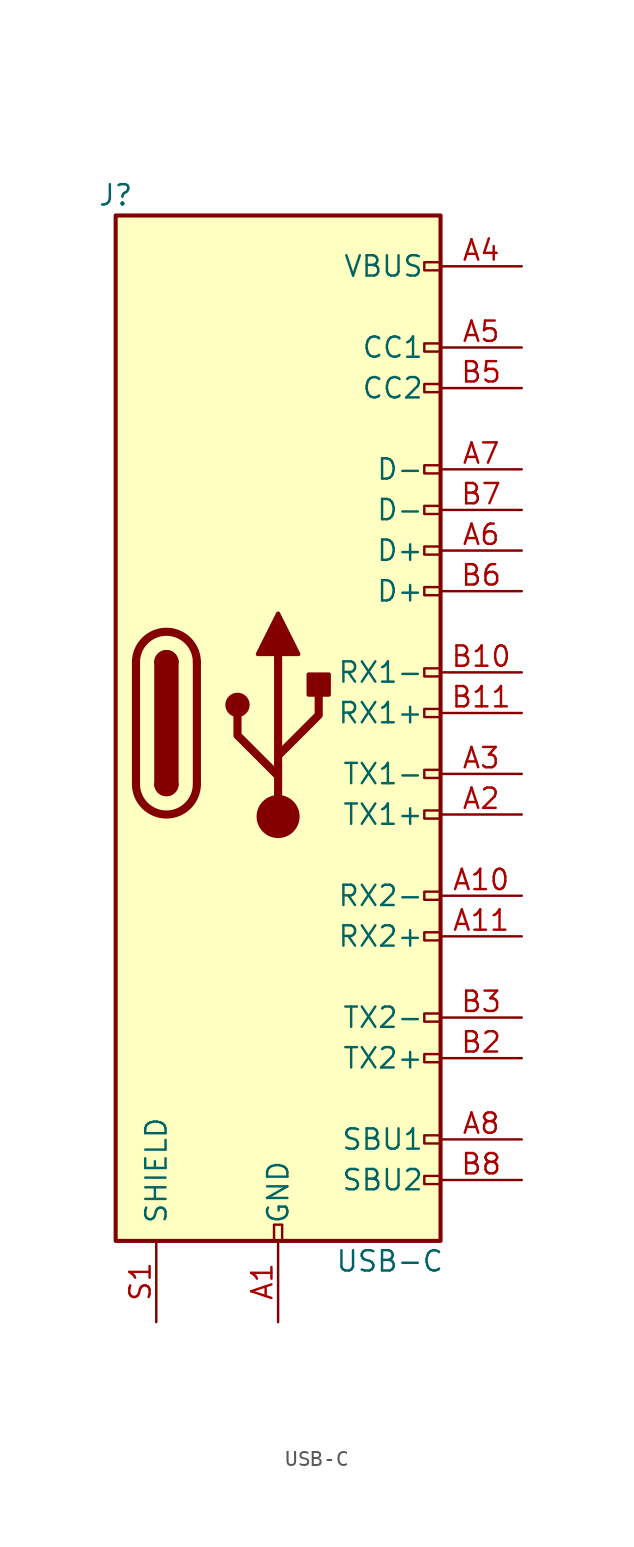
<source format=kicad_sym>
(kicad_symbol_lib
  (version 20211014)
  (generator kicad_symbol_editor)
  (symbol "USB-C"
    (pin_names
      (offset 1.016))
    (property "Reference" "J"
      (at -10.16 33.655 0)
      (effects (font (size 1.27 1.27))))
    (property "Value" "USB-C"
      (at 6.985 -33.02 0)
      (effects (font (size 1.27 1.27))))
    (symbol "USB-C_1_1"
      (rectangle (start -10.16 32.385) (end 10.16 -31.75) (stroke (width 0.254) (type default) (color 0 0 0 0)) (fill (type background)))
      (arc (start -8.89 -3.175) (mid -6.985 -5.08) (end -5.08 -3.175) (stroke (width 0.508) (type default) (color 0 0 0 0)) (fill (type none)))
      (arc (start -7.62 -3.175) (mid -6.985 -3.81) (end -6.35 -3.175) (stroke (width 0.254) (type default) (color 0 0 0 0)) (fill (type none)))
      (arc (start -7.62 -3.175) (mid -6.985 -3.81) (end -6.35 -3.175) (stroke (width 0.254) (type default) (color 0 0 0 0)) (fill (type outline)))
      (rectangle (start -7.62 -3.175) (end -6.35 4.445) (stroke (width 0.254) (type default) (color 0 0 0 0)) (fill (type outline)))
      (arc (start -6.35 4.445) (mid -6.985 5.08) (end -7.62 4.445) (stroke (width 0.254) (type default) (color 0 0 0 0)) (fill (type none)))
      (arc (start -6.35 4.445) (mid -6.985 5.08) (end -7.62 4.445) (stroke (width 0.254) (type default) (color 0 0 0 0)) (fill (type outline)))
      (arc (start -5.08 4.445) (mid -6.985 6.35) (end -8.89 4.445) (stroke (width 0.508) (type default) (color 0 0 0 0)) (fill (type none)))
      (circle (center -2.54 1.778) (radius 0.635) (stroke (width 0.254) (type default) (color 0 0 0 0)) (fill (type outline)))
      (rectangle (start -0.254 -31.75) (end 0.254 -30.734) (stroke (width 0) (type default) (color 0 0 0 0)) (fill (type none)))
      (circle (center 0 -5.207) (radius 1.27) (stroke (width 0) (type default) (color 0 0 0 0)) (fill (type outline)))
      (polyline (pts (xy -8.89 -3.175) (xy -8.89 4.445)) (stroke (width 0.508) (type default) (color 0 0 0 0)) (fill (type none)))
      (polyline (pts (xy -5.08 4.445) (xy -5.08 -3.175)) (stroke (width 0.508) (type default) (color 0 0 0 0)) (fill (type none)))
      (polyline (pts (xy 0 -5.207) (xy 0 4.953)) (stroke (width 0.508) (type default) (color 0 0 0 0)) (fill (type none)))
      (polyline (pts (xy 0 -2.667) (xy -2.54 -0.127) (xy -2.54 1.143)) (stroke (width 0.508) (type default) (color 0 0 0 0)) (fill (type none)))
      (polyline (pts (xy 0 -1.397) (xy 2.54 1.143) (xy 2.54 2.413)) (stroke (width 0.508) (type default) (color 0 0 0 0)) (fill (type none)))
      (polyline (pts (xy -1.27 4.953) (xy 0 7.493) (xy 1.27 4.953) (xy -1.27 4.953)) (stroke (width 0.254) (type default) (color 0 0 0 0)) (fill (type outline)))
      (rectangle (start 1.905 2.413) (end 3.175 3.683) (stroke (width 0.254) (type default) (color 0 0 0 0)) (fill (type outline)))
      (rectangle (start 10.16 -27.686) (end 9.144 -28.194) (stroke (width 0) (type default) (color 0 0 0 0)) (fill (type none)))
      (rectangle (start 10.16 -25.146) (end 9.144 -25.654) (stroke (width 0) (type default) (color 0 0 0 0)) (fill (type none)))
      (rectangle (start 10.16 -20.066) (end 9.144 -20.574) (stroke (width 0) (type default) (color 0 0 0 0)) (fill (type none)))
      (rectangle (start 10.16 -17.526) (end 9.144 -18.034) (stroke (width 0) (type default) (color 0 0 0 0)) (fill (type none)))
      (rectangle (start 10.16 -12.446) (end 9.144 -12.954) (stroke (width 0) (type default) (color 0 0 0 0)) (fill (type none)))
      (rectangle (start 10.16 -9.906) (end 9.144 -10.414) (stroke (width 0) (type default) (color 0 0 0 0)) (fill (type none)))
      (rectangle (start 10.16 -4.826) (end 9.144 -5.334) (stroke (width 0) (type default) (color 0 0 0 0)) (fill (type none)))
      (rectangle (start 10.16 -2.286) (end 9.144 -2.794) (stroke (width 0) (type default) (color 0 0 0 0)) (fill (type none)))
      (rectangle (start 10.16 1.524) (end 9.144 1.016) (stroke (width 0) (type default) (color 0 0 0 0)) (fill (type none)))
      (rectangle (start 10.16 4.064) (end 9.144 3.556) (stroke (width 0) (type default) (color 0 0 0 0)) (fill (type none)))
      (rectangle (start 10.16 9.144) (end 9.144 8.636) (stroke (width 0) (type default) (color 0 0 0 0)) (fill (type none)))
      (rectangle (start 10.16 11.684) (end 9.144 11.176) (stroke (width 0) (type default) (color 0 0 0 0)) (fill (type none)))
      (rectangle (start 10.16 14.224) (end 9.144 13.716) (stroke (width 0) (type default) (color 0 0 0 0)) (fill (type none)))
      (rectangle (start 10.16 16.764) (end 9.144 16.256) (stroke (width 0) (type default) (color 0 0 0 0)) (fill (type none)))
      (rectangle (start 10.16 21.844) (end 9.144 21.336) (stroke (width 0) (type default) (color 0 0 0 0)) (fill (type none)))
      (rectangle (start 10.16 24.384) (end 9.144 23.876) (stroke (width 0) (type default) (color 0 0 0 0)) (fill (type none)))
      (rectangle (start 10.16 29.464) (end 9.144 28.956) (stroke (width 0) (type default) (color 0 0 0 0)) (fill (type none)))
      (pin power_in line (at 0 -36.83 90) (length 5.08) (name "GND" (effects (font (size 1.27 1.27)))) (number "A1" (effects (font (size 1.27 1.27)))))
      (pin bidirectional line (at 15.24 -10.16 180) (length 5.08) (name "RX2-" (effects (font (size 1.27 1.27)))) (number "A10" (effects (font (size 1.27 1.27)))))
      (pin bidirectional line (at 15.24 -12.7 180) (length 5.08) (name "RX2+" (effects (font (size 1.27 1.27)))) (number "A11" (effects (font (size 1.27 1.27)))))
      (pin power_in line (at 0 -36.83 90) (length 5.08) hide (name "GND" (effects (font (size 1.27 1.27)))) (number "A12" (effects (font (size 1.27 1.27)))))
      (pin bidirectional line (at 15.24 -5.08 180) (length 5.08) (name "TX1+" (effects (font (size 1.27 1.27)))) (number "A2" (effects (font (size 1.27 1.27)))))
      (pin bidirectional line (at 15.24 -2.54 180) (length 5.08) (name "TX1-" (effects (font (size 1.27 1.27)))) (number "A3" (effects (font (size 1.27 1.27)))))
      (pin power_out line (at 15.24 29.21 180) (length 5.08) (name "VBUS" (effects (font (size 1.27 1.27)))) (number "A4" (effects (font (size 1.27 1.27)))))
      (pin bidirectional line (at 15.24 24.13 180) (length 5.08) (name "CC1" (effects (font (size 1.27 1.27)))) (number "A5" (effects (font (size 1.27 1.27)))))
      (pin bidirectional line (at 15.24 11.43 180) (length 5.08) (name "D+" (effects (font (size 1.27 1.27)))) (number "A6" (effects (font (size 1.27 1.27)))))
      (pin bidirectional line (at 15.24 16.51 180) (length 5.08) (name "D-" (effects (font (size 1.27 1.27)))) (number "A7" (effects (font (size 1.27 1.27)))))
      (pin bidirectional line (at 15.24 -25.4 180) (length 5.08) (name "SBU1" (effects (font (size 1.27 1.27)))) (number "A8" (effects (font (size 1.27 1.27)))))
      (pin power_out line (at 15.24 29.21 180) (length 5.08) hide (name "VBUS" (effects (font (size 1.27 1.27)))) (number "A9" (effects (font (size 1.27 1.27)))))
      (pin power_in line (at 0 -36.83 90) (length 5.08) hide (name "GND" (effects (font (size 1.27 1.27)))) (number "B1" (effects (font (size 1.27 1.27)))))
      (pin bidirectional line (at 15.24 3.81 180) (length 5.08) (name "RX1-" (effects (font (size 1.27 1.27)))) (number "B10" (effects (font (size 1.27 1.27)))))
      (pin bidirectional line (at 15.24 1.27 180) (length 5.08) (name "RX1+" (effects (font (size 1.27 1.27)))) (number "B11" (effects (font (size 1.27 1.27)))))
      (pin power_in line (at 0 -36.83 90) (length 5.08) hide (name "GND" (effects (font (size 1.27 1.27)))) (number "B12" (effects (font (size 1.27 1.27)))))
      (pin bidirectional line (at 15.24 -20.32 180) (length 5.08) (name "TX2+" (effects (font (size 1.27 1.27)))) (number "B2" (effects (font (size 1.27 1.27)))))
      (pin bidirectional line (at 15.24 -17.78 180) (length 5.08) (name "TX2-" (effects (font (size 1.27 1.27)))) (number "B3" (effects (font (size 1.27 1.27)))))
      (pin power_out line (at 15.24 29.21 180) (length 5.08) hide (name "VBUS" (effects (font (size 1.27 1.27)))) (number "B4" (effects (font (size 1.27 1.27)))))
      (pin bidirectional line (at 15.24 21.59 180) (length 5.08) (name "CC2" (effects (font (size 1.27 1.27)))) (number "B5" (effects (font (size 1.27 1.27)))))
      (pin bidirectional line (at 15.24 8.89 180) (length 5.08) (name "D+" (effects (font (size 1.27 1.27)))) (number "B6" (effects (font (size 1.27 1.27)))))
      (pin bidirectional line (at 15.24 13.97 180) (length 5.08) (name "D-" (effects (font (size 1.27 1.27)))) (number "B7" (effects (font (size 1.27 1.27)))))
      (pin bidirectional line (at 15.24 -27.94 180) (length 5.08) (name "SBU2" (effects (font (size 1.27 1.27)))) (number "B8" (effects (font (size 1.27 1.27)))))
      (pin power_out line (at 15.24 29.21 180) (length 5.08) hide (name "VBUS" (effects (font (size 1.27 1.27)))) (number "B9" (effects (font (size 1.27 1.27)))))
      (pin passive line (at -7.62 -36.83 90) (length 5.08) (name "SHIELD" (effects (font (size 1.27 1.27)))) (number "S1" (effects (font (size 1.27 1.27))))))))
</source>
